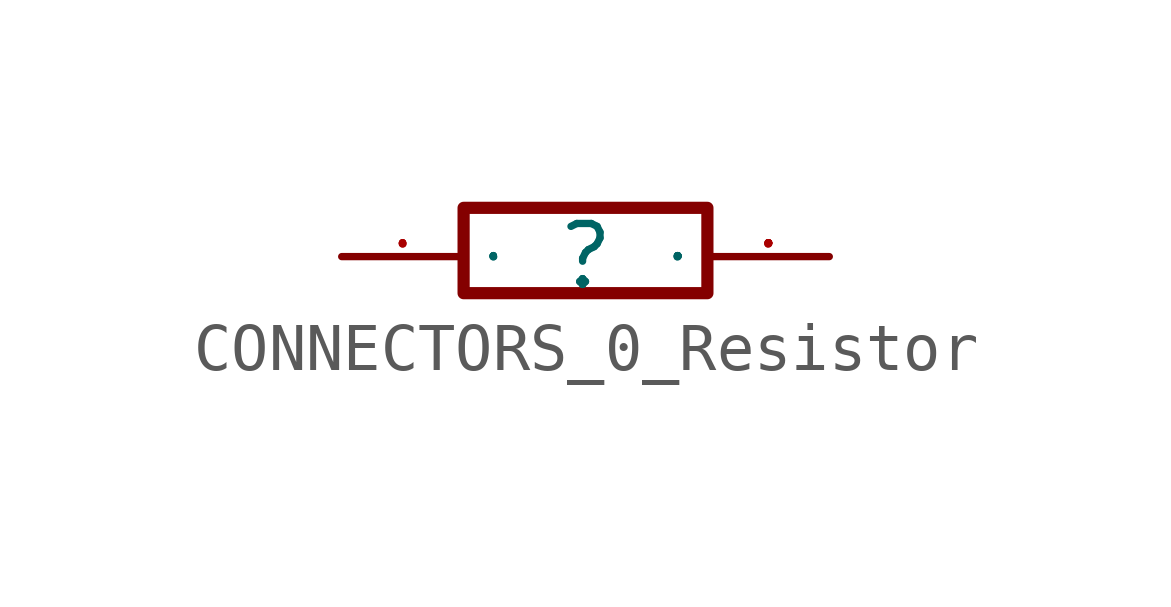
<source format=kicad_sym>
(kicad_symbol_lib
  (version 20231120)
  (generator "kicad_symbol_editor")
  (generator_version "7.99")
  (symbol "CONNECTORS_0_Resistor"
    (property "Reference" ""
      (at 0 0 0)
      (effects (font (size 1.27 1.27))))
    (property "Value" ""
      (at 0 0 0)
      (effects (font (size 1.27 1.27))))
    (symbol "CONNECTORS_0_Resistor_1_0"
      (polyline (pts (xy -2.54 -0.762) (xy -2.54 1.016) (xy 2.54 1.016) (xy 2.54 -0.762) (xy -2.54 -0.762)) (stroke (width 0.254) (type solid)) (fill (type none)))
      (pin passive line (at -5.08 0 0) (length 2.54) (name "1" (effects (font (size 0.025 0.025)))) (number "1" (effects (font (size 0.025 0.025)))))
      (pin passive line (at 5.08 0 180) (length 2.54) (name "2" (effects (font (size 0.025 0.025)))) (number "2" (effects (font (size 0.025 0.025))))))))
</source>
